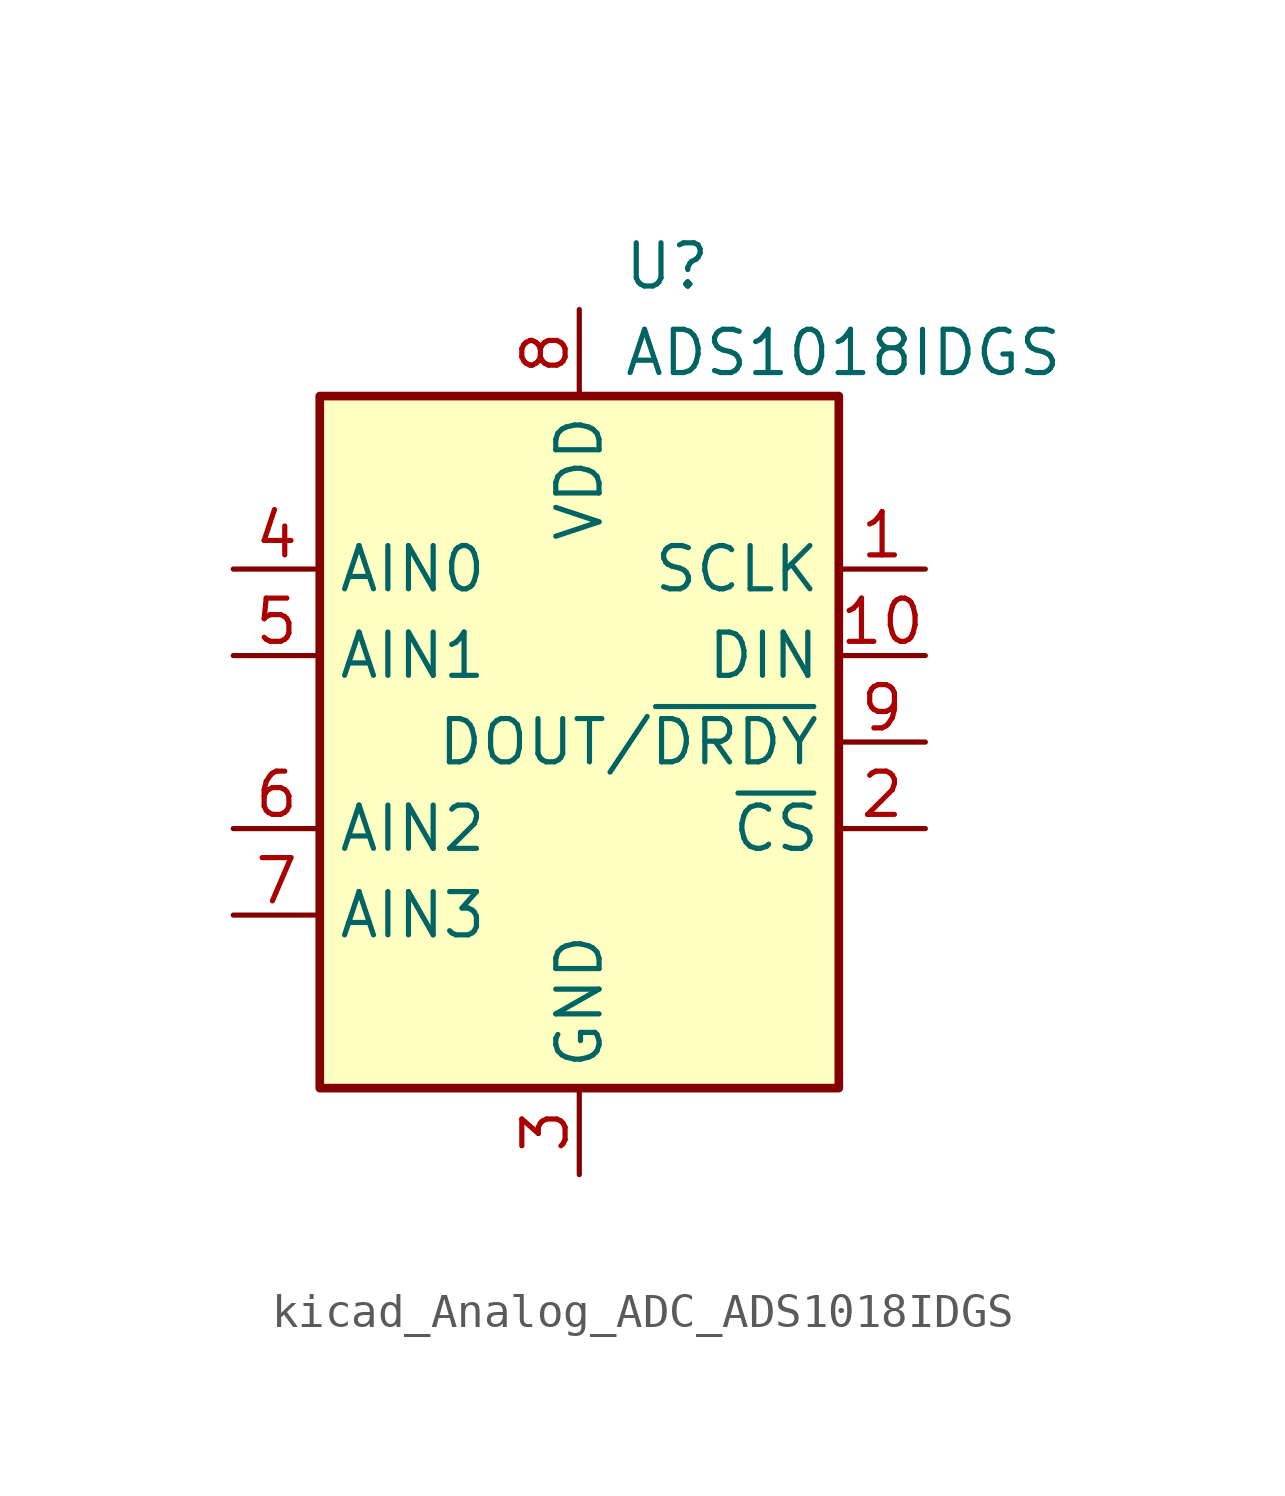
<source format=kicad_sym>
(kicad_symbol_lib
  (version 20220914)
  (generator kicad_symbol_editor)
  (symbol "kicad_Analog_ADC_ADS1018IDGS"
    (property "Reference" "U"
      (at 1.27 13.97 0)
      (effects (font (size 1.27 1.27)) (justify left)))
    (property "Value" "ADS1018IDGS"
      (at 1.27 11.43 0)
      (effects (font (size 1.27 1.27)) (justify left)))
    (symbol "kicad_Analog_ADC_ADS1018IDGS_0_1"
      (rectangle (start 7.62 10.16) (end -7.62 -10.16) (stroke (width 0.254) (type default)) (fill (type background))))
    (symbol "kicad_Analog_ADC_ADS1018IDGS_1_1"
      (pin input line (at 10.16 5.08 180) (length 2.54) (name "SCLK" (effects (font (size 1.27 1.27)))) (number "1" (effects (font (size 1.27 1.27)))))
      (pin input line (at 10.16 2.54 180) (length 2.54) (name "DIN" (effects (font (size 1.27 1.27)))) (number "10" (effects (font (size 1.27 1.27)))))
      (pin input line (at 10.16 -2.54 180) (length 2.54) (name "~{CS}" (effects (font (size 1.27 1.27)))) (number "2" (effects (font (size 1.27 1.27)))))
      (pin power_in line (at 0 -12.7 90) (length 2.54) (name "GND" (effects (font (size 1.27 1.27)))) (number "3" (effects (font (size 1.27 1.27)))))
      (pin input line (at -10.16 5.08 0) (length 2.54) (name "AIN0" (effects (font (size 1.27 1.27)))) (number "4" (effects (font (size 1.27 1.27)))))
      (pin input line (at -10.16 2.54 0) (length 2.54) (name "AIN1" (effects (font (size 1.27 1.27)))) (number "5" (effects (font (size 1.27 1.27)))))
      (pin input line (at -10.16 -2.54 0) (length 2.54) (name "AIN2" (effects (font (size 1.27 1.27)))) (number "6" (effects (font (size 1.27 1.27)))))
      (pin input line (at -10.16 -5.08 0) (length 2.54) (name "AIN3" (effects (font (size 1.27 1.27)))) (number "7" (effects (font (size 1.27 1.27)))))
      (pin power_in line (at 0 12.7 270) (length 2.54) (name "VDD" (effects (font (size 1.27 1.27)))) (number "8" (effects (font (size 1.27 1.27)))))
      (pin output line (at 10.16 0 180) (length 2.54) (name "DOUT/~{DRDY}" (effects (font (size 1.27 1.27)))) (number "9" (effects (font (size 1.27 1.27))))))))
</source>
